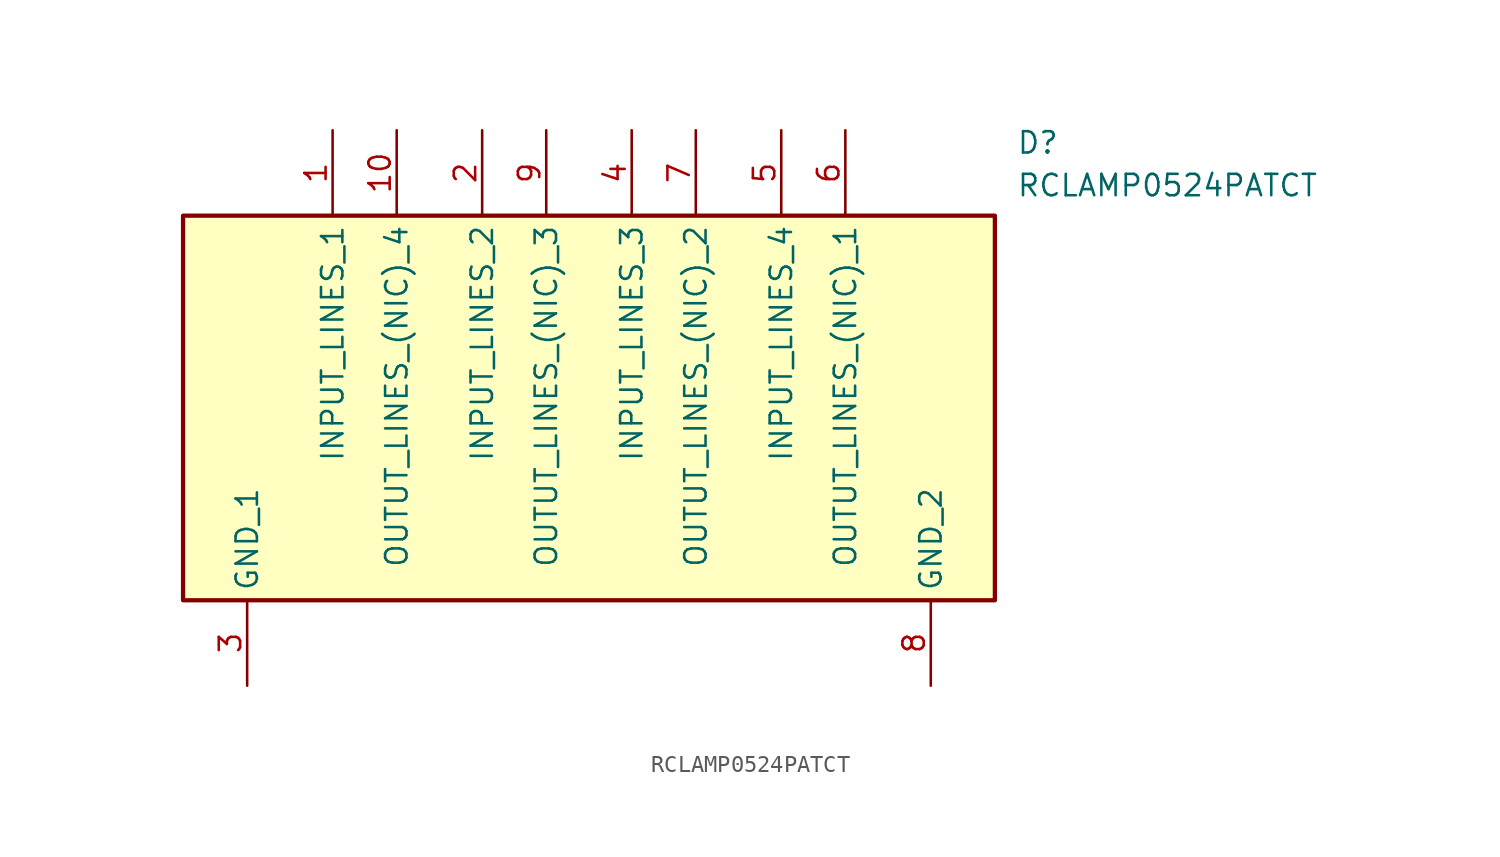
<source format=kicad_sym>
(kicad_symbol_lib
  (version 20241209)
  (generator "kicad_symbol_editor")
  (generator_version "9.0")
  (symbol "RCLAMP0524PATCT"
    (property "Reference" "D"
      (at 54.61 7.62 0)
      (effects (font (size 1.27 1.27)) (justify left top)))
    (property "Value" "RCLAMP0524PATCT"
      (at 54.61 5.08 0)
      (effects (font (size 1.27 1.27)) (justify left top)))
    (symbol "RCLAMP0524PATCT_1_1"
      (rectangle (start 5.08 2.54) (end 53.34 -20.32) (stroke (width 0.254) (type default)) (fill (type background)))
      (pin passive line (at 8.89 -25.4 90) (length 5.08) (name "GND_1" (effects (font (size 1.27 1.27)))) (number "3" (effects (font (size 1.27 1.27)))))
      (pin passive line (at 13.97 7.62 270) (length 5.08) (name "INPUT_LINES_1" (effects (font (size 1.27 1.27)))) (number "1" (effects (font (size 1.27 1.27)))))
      (pin passive line (at 17.78 7.62 270) (length 5.08) (name "OUTUT_LINES_(NIC)_4" (effects (font (size 1.27 1.27)))) (number "10" (effects (font (size 1.27 1.27)))))
      (pin passive line (at 22.86 7.62 270) (length 5.08) (name "INPUT_LINES_2" (effects (font (size 1.27 1.27)))) (number "2" (effects (font (size 1.27 1.27)))))
      (pin passive line (at 26.67 7.62 270) (length 5.08) (name "OUTUT_LINES_(NIC)_3" (effects (font (size 1.27 1.27)))) (number "9" (effects (font (size 1.27 1.27)))))
      (pin passive line (at 31.75 7.62 270) (length 5.08) (name "INPUT_LINES_3" (effects (font (size 1.27 1.27)))) (number "4" (effects (font (size 1.27 1.27)))))
      (pin passive line (at 35.56 7.62 270) (length 5.08) (name "OUTUT_LINES_(NIC)_2" (effects (font (size 1.27 1.27)))) (number "7" (effects (font (size 1.27 1.27)))))
      (pin passive line (at 40.64 7.62 270) (length 5.08) (name "INPUT_LINES_4" (effects (font (size 1.27 1.27)))) (number "5" (effects (font (size 1.27 1.27)))))
      (pin passive line (at 44.45 7.62 270) (length 5.08) (name "OUTUT_LINES_(NIC)_1" (effects (font (size 1.27 1.27)))) (number "6" (effects (font (size 1.27 1.27)))))
      (pin passive line (at 49.53 -25.4 90) (length 5.08) (name "GND_2" (effects (font (size 1.27 1.27)))) (number "8" (effects (font (size 1.27 1.27))))))))
</source>
